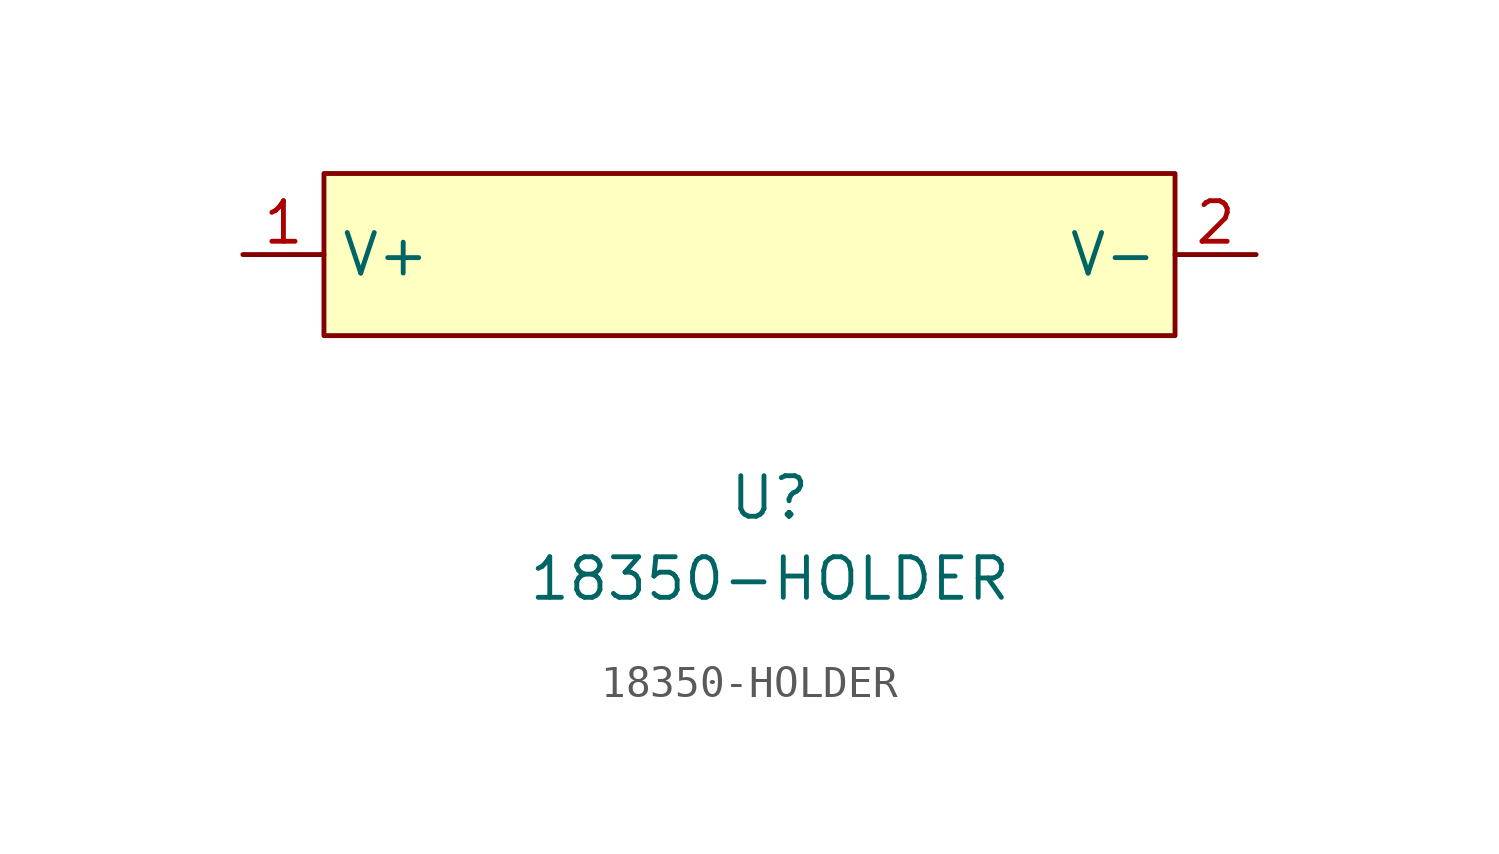
<source format=kicad_sym>
(kicad_symbol_lib
  (version 20220914)
  (generator kicad_symbol_editor)
  (symbol "18350-HOLDER"
    (property "Reference" "U"
      (at 0 -7.62 0)
      (effects (font (size 1.27 1.27))))
    (property "Value" "18350-HOLDER"
      (at 0 -10.16 0)
      (effects (font (size 1.27 1.27))))
    (symbol "18350-HOLDER_0_1"
      (rectangle (start -13.97 2.54) (end 12.7 -2.54) (stroke (width 0.152) (type default)) (fill (type background))))
    (symbol "18350-HOLDER_1_1"
      (pin bidirectional line (at -16.51 0 0) (length 2.54) (name "V+" (effects (font (size 1.27 1.27)))) (number "1" (effects (font (size 1.27 1.27)))))
      (pin bidirectional line (at 15.24 0 180) (length 2.54) (name "V-" (effects (font (size 1.27 1.27)))) (number "2" (effects (font (size 1.27 1.27))))))))
</source>
